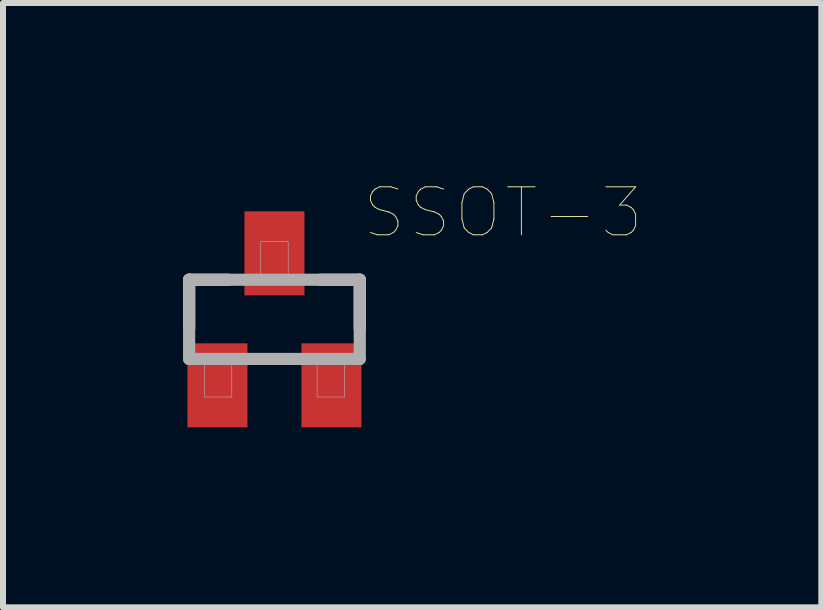
<source format=kicad_pcb>
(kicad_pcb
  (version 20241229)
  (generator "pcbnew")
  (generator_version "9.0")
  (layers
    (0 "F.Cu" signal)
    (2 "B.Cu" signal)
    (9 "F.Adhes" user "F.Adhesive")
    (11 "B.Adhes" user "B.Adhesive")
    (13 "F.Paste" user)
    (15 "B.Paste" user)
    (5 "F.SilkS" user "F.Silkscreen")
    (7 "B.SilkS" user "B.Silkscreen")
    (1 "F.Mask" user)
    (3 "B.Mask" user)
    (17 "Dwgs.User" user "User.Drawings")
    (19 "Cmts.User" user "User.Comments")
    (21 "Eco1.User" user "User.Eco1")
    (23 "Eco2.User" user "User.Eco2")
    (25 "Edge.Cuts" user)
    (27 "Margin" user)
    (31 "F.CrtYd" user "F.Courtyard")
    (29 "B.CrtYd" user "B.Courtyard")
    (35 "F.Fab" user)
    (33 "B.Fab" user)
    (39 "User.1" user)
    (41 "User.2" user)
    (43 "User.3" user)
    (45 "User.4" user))
  (footprint "SSOT-3"
    (layer "F.Cu")
    (at 1.524 2.272)
    (property "Reference" "SSOT-3" (at 3.81 -1.778 0) (layer "F.SilkS") (effects (font (size 0.8 0.8) (thickness 0.015))))
    (attr through_hole)
    (fp_line (start -1.422 -0.66) (end -0.764 -0.66) (stroke (width 0.203) (type solid)) (layer "F.SilkS"))
    (fp_line (start -1.422 0.152) (end -1.422 -0.66) (stroke (width 0.203) (type solid)) (layer "F.SilkS"))
    (fp_line (start 0.764 -0.66) (end 1.422 -0.66) (stroke (width 0.203) (type solid)) (layer "F.SilkS"))
    (fp_line (start 1.422 -0.66) (end 1.422 0.152) (stroke (width 0.203) (type solid)) (layer "F.SilkS"))
    (fp_line (start -1.422 -0.66) (end 1.422 -0.66) (stroke (width 0.203) (type solid)) (layer "F.Fab"))
    (fp_line (start -1.422 0.66) (end -1.422 -0.66) (stroke (width 0.203) (type solid)) (layer "F.Fab"))
    (fp_line (start 1.422 -0.66) (end 1.422 0.66) (stroke (width 0.203) (type solid)) (layer "F.Fab"))
    (fp_line (start 1.422 0.66) (end -1.422 0.66) (stroke (width 0.203) (type solid)) (layer "F.Fab"))
    (fp_poly (pts (xy -1.168 0.711) (xy -0.711 0.711) (xy -0.711 1.295) (xy -1.168 1.295)) (stroke (width 0.01) (type solid)) (fill no) (layer "F.Fab"))
    (fp_poly (pts (xy -0.229 -1.295) (xy 0.229 -1.295) (xy 0.229 -0.711) (xy -0.229 -0.711)) (stroke (width 0.01) (type solid)) (fill no) (layer "F.Fab"))
    (fp_poly (pts (xy 0.711 0.711) (xy 1.168 0.711) (xy 1.168 1.295) (xy 0.711 1.295)) (stroke (width 0.01) (type solid)) (fill no) (layer "F.Fab"))
    (pad "1" smd rect (at -0.95 1.1) (size 1 1.4) (layers "F.Cu" "F.Mask" "F.Paste"))
    (pad "2" smd rect (at 0.95 1.1) (size 1 1.4) (layers "F.Cu" "F.Mask" "F.Paste"))
    (pad "3" smd rect (at 0 -1.1) (size 1 1.4) (layers "F.Cu" "F.Mask" "F.Paste")))
  (gr_rect
    (start -3 -3)
    (end 10.638 7.072)
    (stroke (width 0.1) (type default))
    (fill no)
    (layer "Edge.Cuts")))
</source>
